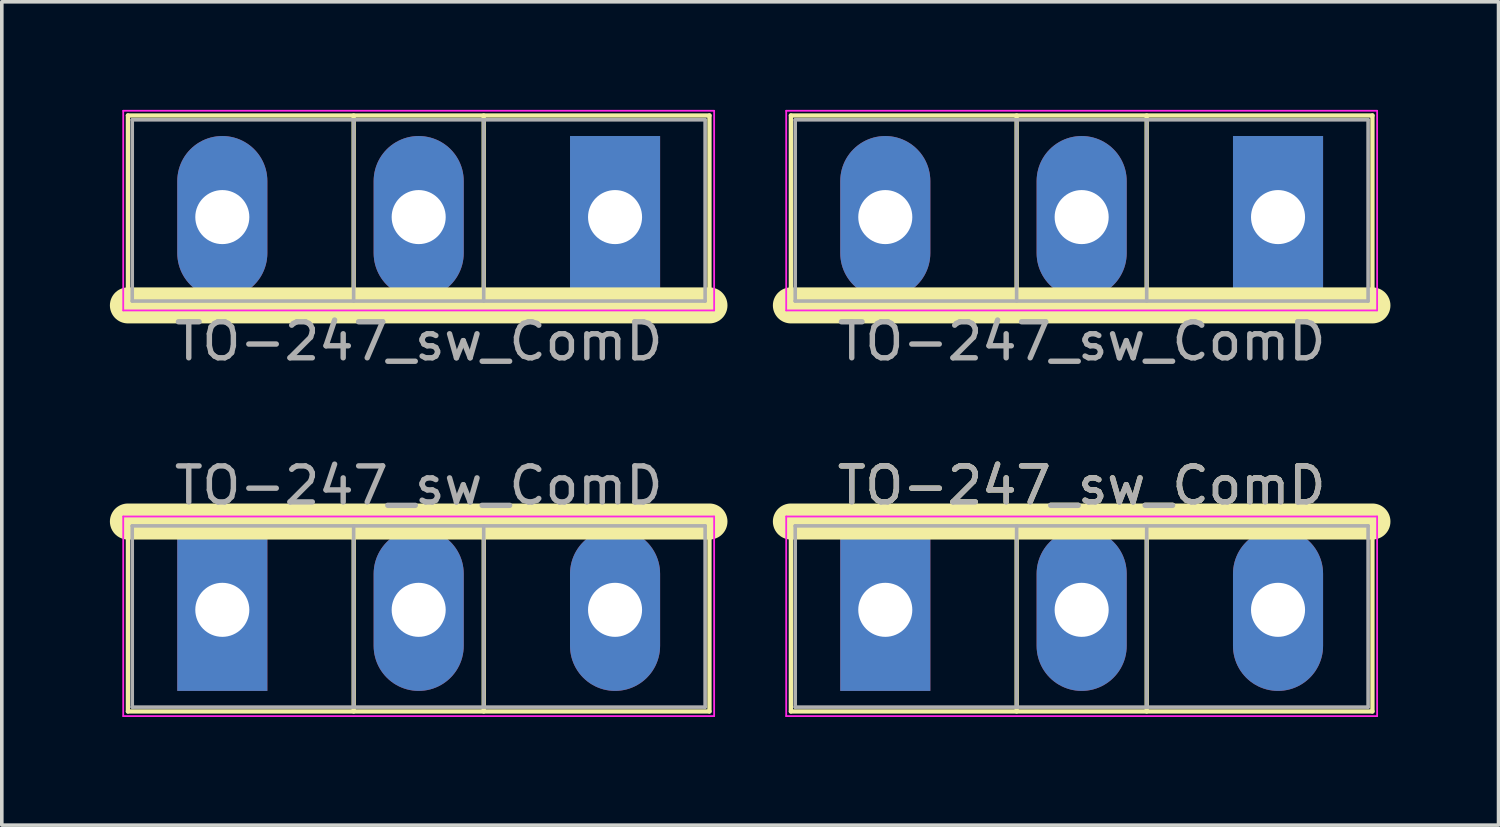
<source format=kicad_pcb>
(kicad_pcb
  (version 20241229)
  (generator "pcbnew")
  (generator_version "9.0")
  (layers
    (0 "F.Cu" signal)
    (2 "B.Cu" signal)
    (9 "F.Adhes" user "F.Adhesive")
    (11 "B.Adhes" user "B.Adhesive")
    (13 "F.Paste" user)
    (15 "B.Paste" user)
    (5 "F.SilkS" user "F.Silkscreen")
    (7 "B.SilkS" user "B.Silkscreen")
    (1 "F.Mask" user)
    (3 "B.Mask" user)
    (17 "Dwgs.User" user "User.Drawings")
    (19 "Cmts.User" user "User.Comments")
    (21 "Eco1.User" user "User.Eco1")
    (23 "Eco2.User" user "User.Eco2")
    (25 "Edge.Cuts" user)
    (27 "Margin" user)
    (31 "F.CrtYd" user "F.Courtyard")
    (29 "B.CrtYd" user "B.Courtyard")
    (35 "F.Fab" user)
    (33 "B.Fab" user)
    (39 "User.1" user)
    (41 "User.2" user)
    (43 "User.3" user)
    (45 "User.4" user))
  (footprint "TO-247_sw_ComD"
    (layer "F.Cu")
    (at 17.77 8.425)
    (property "Reference" "TO-247_sw_ComD" (at 9.2 2 0) (layer "F.SilkS") (effects (font (size 1 1) (thickness 0.15))))
    (attr through_hole)
    (fp_line (start -17.27 -2.999) (end -17.27 -8.27) (stroke (width 0.12) (type solid)) (layer "F.SilkS"))
    (fp_line (start -17.27 2.999) (end -17.27 8.27) (stroke (width 0.12) (type solid)) (layer "F.SilkS"))
    (fp_line (start -17.27 2.999) (end -1.13 2.999) (stroke (width 1) (type solid)) (layer "F.SilkS"))
    (fp_line (start -17.27 8.27) (end -1.13 8.27) (stroke (width 0.12) (type solid)) (layer "F.SilkS"))
    (fp_line (start -11.005 -2.999) (end -11.005 -8.27) (stroke (width 0.12) (type solid)) (layer "F.SilkS"))
    (fp_line (start -11.004 2.999) (end -11.004 8.27) (stroke (width 0.12) (type solid)) (layer "F.SilkS"))
    (fp_line (start -7.396 -2.999) (end -7.396 -8.27) (stroke (width 0.12) (type solid)) (layer "F.SilkS"))
    (fp_line (start -7.395 2.999) (end -7.395 8.27) (stroke (width 0.12) (type solid)) (layer "F.SilkS"))
    (fp_line (start -1.13 -8.27) (end -17.27 -8.27) (stroke (width 0.12) (type solid)) (layer "F.SilkS"))
    (fp_line (start -1.13 -2.999) (end -17.27 -2.999) (stroke (width 1) (type solid)) (layer "F.SilkS"))
    (fp_line (start -1.13 -2.999) (end -1.13 -8.27) (stroke (width 0.12) (type solid)) (layer "F.SilkS"))
    (fp_line (start -1.13 2.999) (end -1.13 8.27) (stroke (width 0.12) (type solid)) (layer "F.SilkS"))
    (fp_line (start 1.13 -2.999) (end 1.13 -8.27) (stroke (width 0.12) (type solid)) (layer "F.SilkS"))
    (fp_line (start 1.13 2.999) (end 1.13 8.27) (stroke (width 0.12) (type solid)) (layer "F.SilkS"))
    (fp_line (start 1.13 2.999) (end 17.27 2.999) (stroke (width 1) (type solid)) (layer "F.SilkS"))
    (fp_line (start 1.13 8.27) (end 17.27 8.27) (stroke (width 0.12) (type solid)) (layer "F.SilkS"))
    (fp_line (start 7.395 -2.999) (end 7.395 -8.27) (stroke (width 0.12) (type solid)) (layer "F.SilkS"))
    (fp_line (start 7.396 2.999) (end 7.396 8.27) (stroke (width 0.12) (type solid)) (layer "F.SilkS"))
    (fp_line (start 11.004 -2.999) (end 11.004 -8.27) (stroke (width 0.12) (type solid)) (layer "F.SilkS"))
    (fp_line (start 11.005 2.999) (end 11.005 8.27) (stroke (width 0.12) (type solid)) (layer "F.SilkS"))
    (fp_line (start 17.27 -8.27) (end 1.13 -8.27) (stroke (width 0.12) (type solid)) (layer "F.SilkS"))
    (fp_line (start 17.27 -2.999) (end 1.13 -2.999) (stroke (width 1) (type solid)) (layer "F.SilkS"))
    (fp_line (start 17.27 -2.999) (end 17.27 -8.27) (stroke (width 0.12) (type solid)) (layer "F.SilkS"))
    (fp_line (start 17.27 2.999) (end 17.27 8.27) (stroke (width 0.12) (type solid)) (layer "F.SilkS"))
    (fp_line (start -17.4 -8.4) (end -17.4 -2.86) (stroke (width 0.05) (type solid)) (layer "F.CrtYd"))
    (fp_line (start -17.4 -2.86) (end -1 -2.86) (stroke (width 0.05) (type solid)) (layer "F.CrtYd"))
    (fp_line (start -17.4 2.86) (end -17.4 8.4) (stroke (width 0.05) (type solid)) (layer "F.CrtYd"))
    (fp_line (start -17.4 8.4) (end -1 8.4) (stroke (width 0.05) (type solid)) (layer "F.CrtYd"))
    (fp_line (start -1 -8.4) (end -17.4 -8.4) (stroke (width 0.05) (type solid)) (layer "F.CrtYd"))
    (fp_line (start -1 -2.86) (end -1 -8.4) (stroke (width 0.05) (type solid)) (layer "F.CrtYd"))
    (fp_line (start -1 2.86) (end -17.4 2.86) (stroke (width 0.05) (type solid)) (layer "F.CrtYd"))
    (fp_line (start -1 8.4) (end -1 2.86) (stroke (width 0.05) (type solid)) (layer "F.CrtYd"))
    (fp_line (start 1 -8.4) (end 1 -2.86) (stroke (width 0.05) (type solid)) (layer "F.CrtYd"))
    (fp_line (start 1 -2.86) (end 17.4 -2.86) (stroke (width 0.05) (type solid)) (layer "F.CrtYd"))
    (fp_line (start 1 2.86) (end 1 8.4) (stroke (width 0.05) (type solid)) (layer "F.CrtYd"))
    (fp_line (start 1 8.4) (end 17.4 8.4) (stroke (width 0.05) (type solid)) (layer "F.CrtYd"))
    (fp_line (start 17.4 -8.4) (end 1 -8.4) (stroke (width 0.05) (type solid)) (layer "F.CrtYd"))
    (fp_line (start 17.4 -2.86) (end 17.4 -8.4) (stroke (width 0.05) (type solid)) (layer "F.CrtYd"))
    (fp_line (start 17.4 2.86) (end 1 2.86) (stroke (width 0.05) (type solid)) (layer "F.CrtYd"))
    (fp_line (start 17.4 8.4) (end 17.4 2.86) (stroke (width 0.05) (type solid)) (layer "F.CrtYd"))
    (fp_line (start -17.15 -8.15) (end -17.15 -3.12) (stroke (width 0.1) (type solid)) (layer "F.Fab"))
    (fp_line (start -17.15 -3.12) (end -1.25 -3.12) (stroke (width 0.1) (type solid)) (layer "F.Fab"))
    (fp_line (start -17.15 3.12) (end -17.15 8.15) (stroke (width 0.1) (type solid)) (layer "F.Fab"))
    (fp_line (start -17.15 8.15) (end -1.25 8.15) (stroke (width 0.1) (type solid)) (layer "F.Fab"))
    (fp_line (start -11.005 -3.12) (end -11.005 -8.15) (stroke (width 0.1) (type solid)) (layer "F.Fab"))
    (fp_line (start -11.005 3.12) (end -11.005 8.15) (stroke (width 0.1) (type solid)) (layer "F.Fab"))
    (fp_line (start -7.395 -3.12) (end -7.395 -8.15) (stroke (width 0.1) (type solid)) (layer "F.Fab"))
    (fp_line (start -7.395 3.12) (end -7.395 8.15) (stroke (width 0.1) (type solid)) (layer "F.Fab"))
    (fp_line (start -1.25 -8.15) (end -17.15 -8.15) (stroke (width 0.1) (type solid)) (layer "F.Fab"))
    (fp_line (start -1.25 -3.12) (end -1.25 -8.15) (stroke (width 0.1) (type solid)) (layer "F.Fab"))
    (fp_line (start -1.25 3.12) (end -17.15 3.12) (stroke (width 0.1) (type solid)) (layer "F.Fab"))
    (fp_line (start -1.25 8.15) (end -1.25 3.12) (stroke (width 0.1) (type solid)) (layer "F.Fab"))
    (fp_line (start 1.25 -8.15) (end 1.25 -3.12) (stroke (width 0.1) (type solid)) (layer "F.Fab"))
    (fp_line (start 1.25 -3.12) (end 17.15 -3.12) (stroke (width 0.1) (type solid)) (layer "F.Fab"))
    (fp_line (start 1.25 3.12) (end 1.25 8.15) (stroke (width 0.1) (type solid)) (layer "F.Fab"))
    (fp_line (start 1.25 8.15) (end 17.15 8.15) (stroke (width 0.1) (type solid)) (layer "F.Fab"))
    (fp_line (start 7.395 -3.12) (end 7.395 -8.15) (stroke (width 0.1) (type solid)) (layer "F.Fab"))
    (fp_line (start 7.395 3.12) (end 7.395 8.15) (stroke (width 0.1) (type solid)) (layer "F.Fab"))
    (fp_line (start 11.005 -3.12) (end 11.005 -8.15) (stroke (width 0.1) (type solid)) (layer "F.Fab"))
    (fp_line (start 11.005 3.12) (end 11.005 8.15) (stroke (width 0.1) (type solid)) (layer "F.Fab"))
    (fp_line (start 17.15 -8.15) (end 1.25 -8.15) (stroke (width 0.1) (type solid)) (layer "F.Fab"))
    (fp_line (start 17.15 -3.12) (end 17.15 -8.15) (stroke (width 0.1) (type solid)) (layer "F.Fab"))
    (fp_line (start 17.15 3.12) (end 1.25 3.12) (stroke (width 0.1) (type solid)) (layer "F.Fab"))
    (fp_line (start 17.15 8.15) (end 17.15 3.12) (stroke (width 0.1) (type solid)) (layer "F.Fab"))
    (fp_text user "${REFERENCE}" (at -9.2 -2 180) (layer "F.Fab") (effects (font (size 1 1) (thickness 0.15))))
    (fp_text user "${REFERENCE}" (at 9.2 2 0) (layer "F.Fab") (effects (font (size 1 1) (thickness 0.15))))
    (fp_text user "${REFERENCE}" (at 9.2 -2 180) (layer "F.Fab") (effects (font (size 1 1) (thickness 0.15))))
    (fp_text user "${REFERENCE}" (at -9.2 2 0) (layer "F.Fab") (effects (font (size 1 1) (thickness 0.15))))
    (pad "D" thru_hole oval (at -9.2 -5.45 180) (size 2.5 4.5) (drill 1.5) (layers "*.Cu" "*.Mask"))
    (pad "D" thru_hole oval (at -9.2 5.45) (size 2.5 4.5) (drill 1.5) (layers "*.Cu" "*.Mask"))
    (pad "D" thru_hole oval (at 9.2 -5.45 180) (size 2.5 4.5) (drill 1.5) (layers "*.Cu" "*.Mask"))
    (pad "D" thru_hole oval (at 9.2 5.45) (size 2.5 4.5) (drill 1.5) (layers "*.Cu" "*.Mask"))
    (pad "G1a" thru_hole rect (at 14.65 -5.45 180) (size 2.5 4.5) (drill 1.5) (layers "*.Cu" "*.Mask"))
    (pad "G1b" thru_hole rect (at -3.75 -5.45 180) (size 2.5 4.5) (drill 1.5) (layers "*.Cu" "*.Mask"))
    (pad "G2a" thru_hole rect (at 3.75 5.45) (size 2.5 4.5) (drill 1.5) (layers "*.Cu" "*.Mask"))
    (pad "G2b" thru_hole rect (at -14.65 5.45) (size 2.5 4.5) (drill 1.5) (layers "*.Cu" "*.Mask"))
    (pad "S1" thru_hole oval (at -14.65 -5.45 180) (size 2.5 4.5) (drill 1.5) (layers "*.Cu" "*.Mask"))
    (pad "S1" thru_hole oval (at 3.75 -5.45 180) (size 2.5 4.5) (drill 1.5) (layers "*.Cu" "*.Mask"))
    (pad "S2" thru_hole oval (at -3.75 5.45) (size 2.5 4.5) (drill 1.5) (layers "*.Cu" "*.Mask"))
    (pad "S2" thru_hole oval (at 14.65 5.45) (size 2.5 4.5) (drill 1.5) (layers "*.Cu" "*.Mask")))
  (gr_rect
    (start -3 -3)
    (end 38.54 19.85)
    (stroke (width 0.1) (type default))
    (fill no)
    (layer "Edge.Cuts")))
</source>
